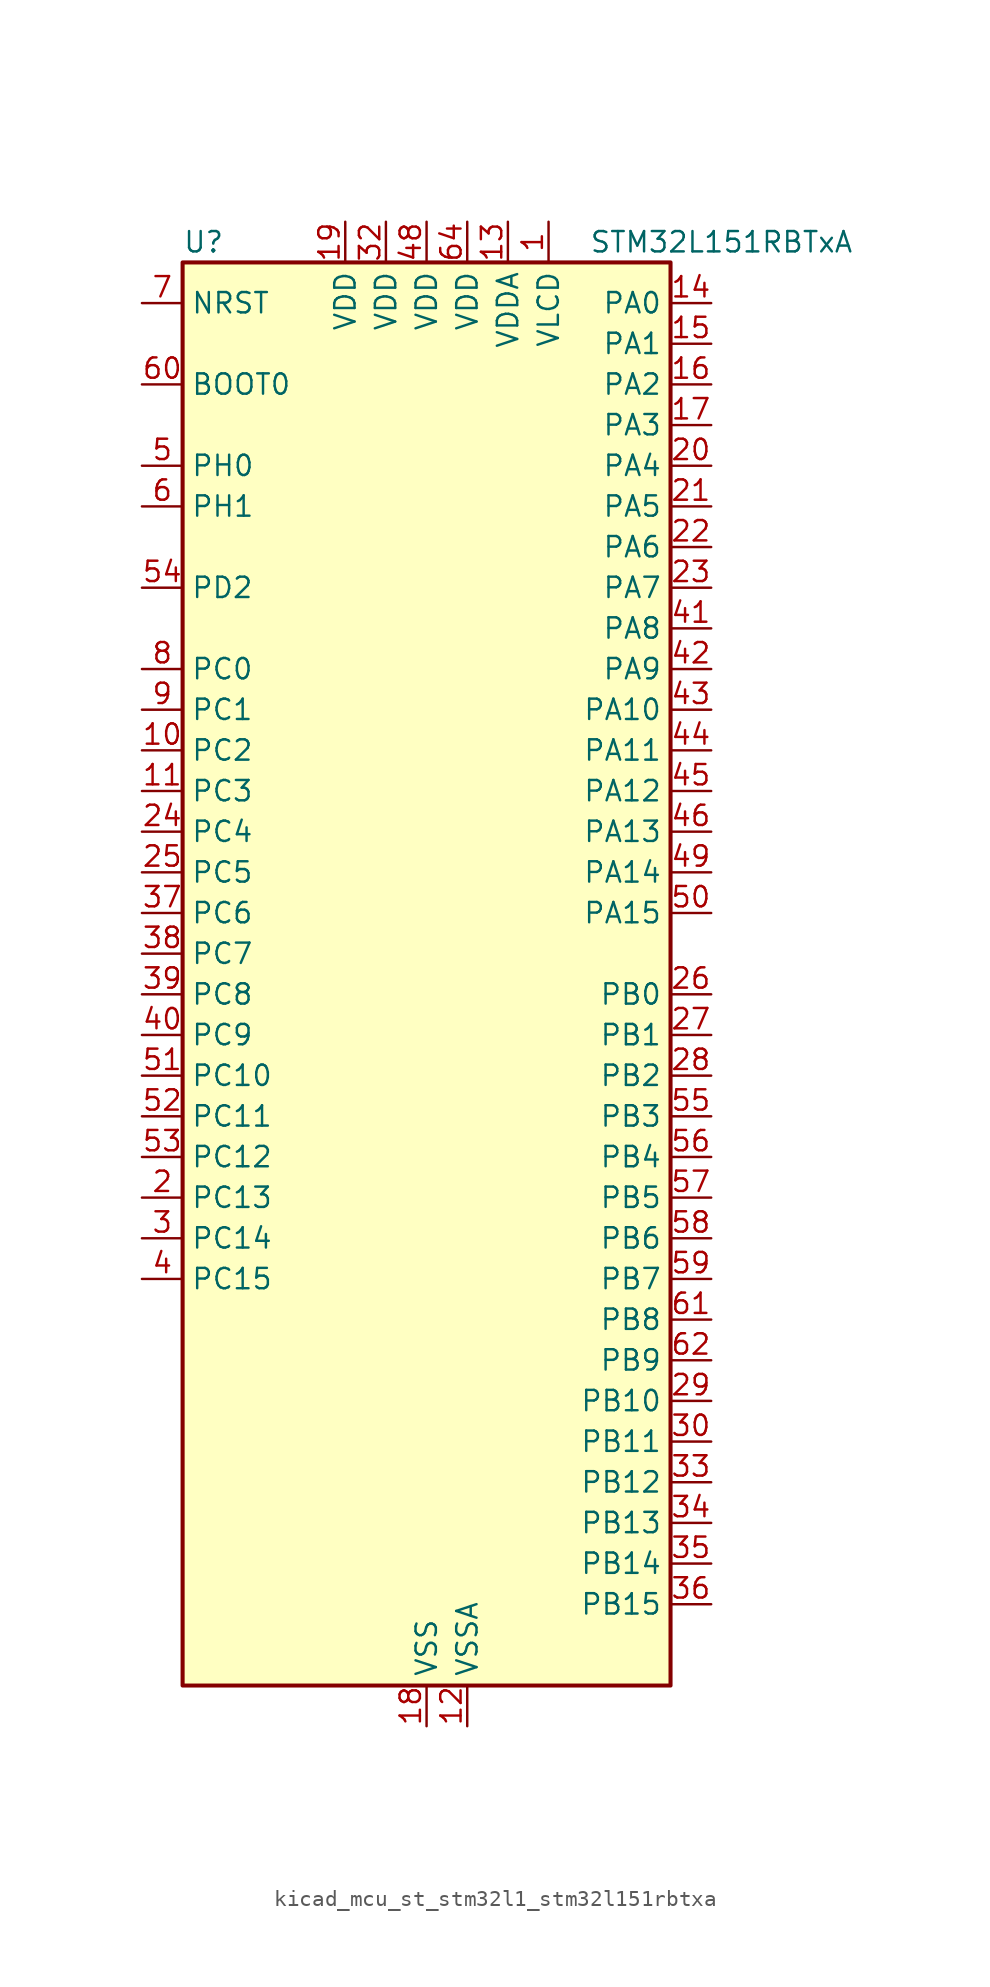
<source format=kicad_sym>
(kicad_symbol_lib
  (version 20220914)
  (generator kicad_symbol_editor)
  (symbol "kicad_mcu_st_stm32l1_stm32l151rbtxa"
    (property "Reference" "U"
      (at -15.24 46.99 0)
      (effects (font (size 1.27 1.27)) (justify left)))
    (property "Value" "STM32L151RBTxA"
      (at 10.16 46.99 0)
      (effects (font (size 1.27 1.27)) (justify left)))
    (property "ki_locked" ""
      (at 0 0 0)
      (effects (font (size 1.27 1.27))))
    (symbol "kicad_mcu_st_stm32l1_stm32l151rbtxa_0_1"
      (rectangle (start -15.24 -43.18) (end 15.24 45.72) (stroke (width 0.254) (type default)) (fill (type background))))
    (symbol "kicad_mcu_st_stm32l1_stm32l151rbtxa_1_1"
      (pin power_in line (at 7.62 48.26 270) (length 2.54) (name "VLCD" (effects (font (size 1.27 1.27)))) (number "1" (effects (font (size 1.27 1.27)))))
      (pin bidirectional line (at -17.78 15.24 0) (length 2.54) (name "PC2" (effects (font (size 1.27 1.27)))) (number "10" (effects (font (size 1.27 1.27)))) (alternate "ADC_IN12" bidirectional line) (alternate "COMP1_INP" bidirectional line) (alternate "TIMX_IC3" bidirectional line) (alternate "TS_G8_IO3" bidirectional line))
      (pin bidirectional line (at -17.78 12.7 0) (length 2.54) (name "PC3" (effects (font (size 1.27 1.27)))) (number "11" (effects (font (size 1.27 1.27)))) (alternate "ADC_IN13" bidirectional line) (alternate "COMP1_INP" bidirectional line) (alternate "TIMX_IC4" bidirectional line) (alternate "TS_G8_IO4" bidirectional line))
      (pin power_in line (at 2.54 -45.72 90) (length 2.54) (name "VSSA" (effects (font (size 1.27 1.27)))) (number "12" (effects (font (size 1.27 1.27)))))
      (pin power_in line (at 5.08 48.26 270) (length 2.54) (name "VDDA" (effects (font (size 1.27 1.27)))) (number "13" (effects (font (size 1.27 1.27)))))
      (pin bidirectional line (at 17.78 43.18 180) (length 2.54) (name "PA0" (effects (font (size 1.27 1.27)))) (number "14" (effects (font (size 1.27 1.27)))) (alternate "ADC_IN0" bidirectional line) (alternate "COMP1_INP" bidirectional line) (alternate "RTC_TAMP2" bidirectional line) (alternate "SYS_WKUP1" bidirectional line) (alternate "TIM2_CH1" bidirectional line) (alternate "TIM2_ETR" bidirectional line) (alternate "TIMX_IC1" bidirectional line) (alternate "TS_G1_IO1" bidirectional line) (alternate "USART2_CTS" bidirectional line))
      (pin bidirectional line (at 17.78 40.64 180) (length 2.54) (name "PA1" (effects (font (size 1.27 1.27)))) (number "15" (effects (font (size 1.27 1.27)))) (alternate "ADC_IN1" bidirectional line) (alternate "COMP1_INP" bidirectional line) (alternate "TIM2_CH2" bidirectional line) (alternate "TIMX_IC2" bidirectional line) (alternate "TS_G1_IO2" bidirectional line) (alternate "USART2_RTS" bidirectional line))
      (pin bidirectional line (at 17.78 38.1 180) (length 2.54) (name "PA2" (effects (font (size 1.27 1.27)))) (number "16" (effects (font (size 1.27 1.27)))) (alternate "ADC_IN2" bidirectional line) (alternate "COMP1_INP" bidirectional line) (alternate "TIM2_CH3" bidirectional line) (alternate "TIM9_CH1" bidirectional line) (alternate "TIMX_IC3" bidirectional line) (alternate "TS_G1_IO3" bidirectional line) (alternate "USART2_TX" bidirectional line))
      (pin bidirectional line (at 17.78 35.56 180) (length 2.54) (name "PA3" (effects (font (size 1.27 1.27)))) (number "17" (effects (font (size 1.27 1.27)))) (alternate "ADC_IN3" bidirectional line) (alternate "COMP1_INP" bidirectional line) (alternate "TIM2_CH4" bidirectional line) (alternate "TIM9_CH2" bidirectional line) (alternate "TIMX_IC4" bidirectional line) (alternate "TS_G1_IO4" bidirectional line) (alternate "USART2_RX" bidirectional line))
      (pin power_in line (at 0 -45.72 90) (length 2.54) (name "VSS" (effects (font (size 1.27 1.27)))) (number "18" (effects (font (size 1.27 1.27)))))
      (pin power_in line (at -5.08 48.26 270) (length 2.54) (name "VDD" (effects (font (size 1.27 1.27)))) (number "19" (effects (font (size 1.27 1.27)))))
      (pin bidirectional line (at -17.78 -12.7 0) (length 2.54) (name "PC13" (effects (font (size 1.27 1.27)))) (number "2" (effects (font (size 1.27 1.27)))) (alternate "RTC_OUT_ALARM" bidirectional line) (alternate "RTC_OUT_CALIB" bidirectional line) (alternate "RTC_TAMP1" bidirectional line) (alternate "RTC_TS" bidirectional line) (alternate "SYS_WKUP2" bidirectional line) (alternate "TIMX_IC2" bidirectional line))
      (pin bidirectional line (at 17.78 33.02 180) (length 2.54) (name "PA4" (effects (font (size 1.27 1.27)))) (number "20" (effects (font (size 1.27 1.27)))) (alternate "ADC_IN4" bidirectional line) (alternate "COMP1_INP" bidirectional line) (alternate "DAC_OUT1" bidirectional line) (alternate "SPI1_NSS" bidirectional line) (alternate "TIMX_IC1" bidirectional line) (alternate "USART2_CK" bidirectional line))
      (pin bidirectional line (at 17.78 30.48 180) (length 2.54) (name "PA5" (effects (font (size 1.27 1.27)))) (number "21" (effects (font (size 1.27 1.27)))) (alternate "ADC_IN5" bidirectional line) (alternate "COMP1_INP" bidirectional line) (alternate "DAC_OUT2" bidirectional line) (alternate "SPI1_SCK" bidirectional line) (alternate "TIM2_CH1" bidirectional line) (alternate "TIM2_ETR" bidirectional line) (alternate "TIMX_IC2" bidirectional line))
      (pin bidirectional line (at 17.78 27.94 180) (length 2.54) (name "PA6" (effects (font (size 1.27 1.27)))) (number "22" (effects (font (size 1.27 1.27)))) (alternate "ADC_IN6" bidirectional line) (alternate "COMP1_INP" bidirectional line) (alternate "SPI1_MISO" bidirectional line) (alternate "TIM10_CH1" bidirectional line) (alternate "TIM3_CH1" bidirectional line) (alternate "TIMX_IC3" bidirectional line) (alternate "TS_G2_IO1" bidirectional line))
      (pin bidirectional line (at 17.78 25.4 180) (length 2.54) (name "PA7" (effects (font (size 1.27 1.27)))) (number "23" (effects (font (size 1.27 1.27)))) (alternate "ADC_IN7" bidirectional line) (alternate "COMP1_INP" bidirectional line) (alternate "SPI1_MOSI" bidirectional line) (alternate "TIM11_CH1" bidirectional line) (alternate "TIM3_CH2" bidirectional line) (alternate "TIMX_IC4" bidirectional line) (alternate "TS_G2_IO2" bidirectional line))
      (pin bidirectional line (at -17.78 10.16 0) (length 2.54) (name "PC4" (effects (font (size 1.27 1.27)))) (number "24" (effects (font (size 1.27 1.27)))) (alternate "ADC_IN14" bidirectional line) (alternate "COMP1_INP" bidirectional line) (alternate "TIMX_IC1" bidirectional line) (alternate "TS_G9_IO1" bidirectional line))
      (pin bidirectional line (at -17.78 7.62 0) (length 2.54) (name "PC5" (effects (font (size 1.27 1.27)))) (number "25" (effects (font (size 1.27 1.27)))) (alternate "ADC_IN15" bidirectional line) (alternate "COMP1_INP" bidirectional line) (alternate "TIMX_IC2" bidirectional line) (alternate "TS_G9_IO2" bidirectional line))
      (pin bidirectional line (at 17.78 0 180) (length 2.54) (name "PB0" (effects (font (size 1.27 1.27)))) (number "26" (effects (font (size 1.27 1.27)))) (alternate "ADC_IN8" bidirectional line) (alternate "COMP1_INP" bidirectional line) (alternate "SYS_V_REF_OUT" bidirectional line) (alternate "TIM3_CH3" bidirectional line) (alternate "TS_G3_IO1" bidirectional line))
      (pin bidirectional line (at 17.78 -2.54 180) (length 2.54) (name "PB1" (effects (font (size 1.27 1.27)))) (number "27" (effects (font (size 1.27 1.27)))) (alternate "ADC_IN9" bidirectional line) (alternate "COMP1_INP" bidirectional line) (alternate "SYS_V_REF_OUT" bidirectional line) (alternate "TIM3_CH4" bidirectional line) (alternate "TS_G3_IO2" bidirectional line))
      (pin bidirectional line (at 17.78 -5.08 180) (length 2.54) (name "PB2" (effects (font (size 1.27 1.27)))) (number "28" (effects (font (size 1.27 1.27)))) (alternate "TS_G3_IO3" bidirectional line))
      (pin bidirectional line (at 17.78 -25.4 180) (length 2.54) (name "PB10" (effects (font (size 1.27 1.27)))) (number "29" (effects (font (size 1.27 1.27)))) (alternate "I2C2_SCL" bidirectional line) (alternate "TIM2_CH3" bidirectional line) (alternate "USART3_TX" bidirectional line))
      (pin bidirectional line (at -17.78 -15.24 0) (length 2.54) (name "PC14" (effects (font (size 1.27 1.27)))) (number "3" (effects (font (size 1.27 1.27)))) (alternate "RCC_OSC32_IN" bidirectional line) (alternate "TIMX_IC3" bidirectional line))
      (pin bidirectional line (at 17.78 -27.94 180) (length 2.54) (name "PB11" (effects (font (size 1.27 1.27)))) (number "30" (effects (font (size 1.27 1.27)))) (alternate "ADC_EXTI11" bidirectional line) (alternate "I2C2_SDA" bidirectional line) (alternate "TIM2_CH4" bidirectional line) (alternate "USART3_RX" bidirectional line))
      (pin passive line (at 0 -45.72 90) (length 2.54) hide (name "VSS" (effects (font (size 1.27 1.27)))) (number "31" (effects (font (size 1.27 1.27)))))
      (pin power_in line (at -2.54 48.26 270) (length 2.54) (name "VDD" (effects (font (size 1.27 1.27)))) (number "32" (effects (font (size 1.27 1.27)))))
      (pin bidirectional line (at 17.78 -30.48 180) (length 2.54) (name "PB12" (effects (font (size 1.27 1.27)))) (number "33" (effects (font (size 1.27 1.27)))) (alternate "ADC_IN18" bidirectional line) (alternate "COMP1_INP" bidirectional line) (alternate "I2C2_SMBA" bidirectional line) (alternate "SPI2_NSS" bidirectional line) (alternate "TIM10_CH1" bidirectional line) (alternate "TS_G7_IO1" bidirectional line) (alternate "USART3_CK" bidirectional line))
      (pin bidirectional line (at 17.78 -33.02 180) (length 2.54) (name "PB13" (effects (font (size 1.27 1.27)))) (number "34" (effects (font (size 1.27 1.27)))) (alternate "ADC_IN19" bidirectional line) (alternate "COMP1_INP" bidirectional line) (alternate "SPI2_SCK" bidirectional line) (alternate "TIM9_CH1" bidirectional line) (alternate "TS_G7_IO2" bidirectional line) (alternate "USART3_CTS" bidirectional line))
      (pin bidirectional line (at 17.78 -35.56 180) (length 2.54) (name "PB14" (effects (font (size 1.27 1.27)))) (number "35" (effects (font (size 1.27 1.27)))) (alternate "ADC_IN20" bidirectional line) (alternate "COMP1_INP" bidirectional line) (alternate "SPI2_MISO" bidirectional line) (alternate "TIM9_CH2" bidirectional line) (alternate "TS_G7_IO3" bidirectional line) (alternate "USART3_RTS" bidirectional line))
      (pin bidirectional line (at 17.78 -38.1 180) (length 2.54) (name "PB15" (effects (font (size 1.27 1.27)))) (number "36" (effects (font (size 1.27 1.27)))) (alternate "ADC_EXTI15" bidirectional line) (alternate "ADC_IN21" bidirectional line) (alternate "COMP1_INP" bidirectional line) (alternate "RTC_REFIN" bidirectional line) (alternate "SPI2_MOSI" bidirectional line) (alternate "TIM11_CH1" bidirectional line) (alternate "TS_G7_IO4" bidirectional line))
      (pin bidirectional line (at -17.78 5.08 0) (length 2.54) (name "PC6" (effects (font (size 1.27 1.27)))) (number "37" (effects (font (size 1.27 1.27)))) (alternate "TIM3_CH1" bidirectional line) (alternate "TIMX_IC3" bidirectional line) (alternate "TS_G10_IO1" bidirectional line))
      (pin bidirectional line (at -17.78 2.54 0) (length 2.54) (name "PC7" (effects (font (size 1.27 1.27)))) (number "38" (effects (font (size 1.27 1.27)))) (alternate "TIM3_CH2" bidirectional line) (alternate "TIMX_IC4" bidirectional line) (alternate "TS_G10_IO2" bidirectional line))
      (pin bidirectional line (at -17.78 0 0) (length 2.54) (name "PC8" (effects (font (size 1.27 1.27)))) (number "39" (effects (font (size 1.27 1.27)))) (alternate "TIM3_CH3" bidirectional line) (alternate "TIMX_IC1" bidirectional line) (alternate "TS_G10_IO3" bidirectional line))
      (pin bidirectional line (at -17.78 -17.78 0) (length 2.54) (name "PC15" (effects (font (size 1.27 1.27)))) (number "4" (effects (font (size 1.27 1.27)))) (alternate "ADC_EXTI15" bidirectional line) (alternate "RCC_OSC32_OUT" bidirectional line) (alternate "TIMX_IC4" bidirectional line))
      (pin bidirectional line (at -17.78 -2.54 0) (length 2.54) (name "PC9" (effects (font (size 1.27 1.27)))) (number "40" (effects (font (size 1.27 1.27)))) (alternate "DAC_EXTI9" bidirectional line) (alternate "TIM3_CH4" bidirectional line) (alternate "TIMX_IC2" bidirectional line) (alternate "TS_G10_IO4" bidirectional line))
      (pin bidirectional line (at 17.78 22.86 180) (length 2.54) (name "PA8" (effects (font (size 1.27 1.27)))) (number "41" (effects (font (size 1.27 1.27)))) (alternate "RCC_MCO" bidirectional line) (alternate "TIMX_IC1" bidirectional line) (alternate "TS_G4_IO1" bidirectional line) (alternate "USART1_CK" bidirectional line))
      (pin bidirectional line (at 17.78 20.32 180) (length 2.54) (name "PA9" (effects (font (size 1.27 1.27)))) (number "42" (effects (font (size 1.27 1.27)))) (alternate "DAC_EXTI9" bidirectional line) (alternate "TIMX_IC2" bidirectional line) (alternate "TS_G4_IO2" bidirectional line) (alternate "USART1_TX" bidirectional line))
      (pin bidirectional line (at 17.78 17.78 180) (length 2.54) (name "PA10" (effects (font (size 1.27 1.27)))) (number "43" (effects (font (size 1.27 1.27)))) (alternate "TIMX_IC3" bidirectional line) (alternate "TS_G4_IO3" bidirectional line) (alternate "USART1_RX" bidirectional line))
      (pin bidirectional line (at 17.78 15.24 180) (length 2.54) (name "PA11" (effects (font (size 1.27 1.27)))) (number "44" (effects (font (size 1.27 1.27)))) (alternate "ADC_EXTI11" bidirectional line) (alternate "SPI1_MISO" bidirectional line) (alternate "TIMX_IC4" bidirectional line) (alternate "USART1_CTS" bidirectional line) (alternate "USB_DM" bidirectional line))
      (pin bidirectional line (at 17.78 12.7 180) (length 2.54) (name "PA12" (effects (font (size 1.27 1.27)))) (number "45" (effects (font (size 1.27 1.27)))) (alternate "SPI1_MOSI" bidirectional line) (alternate "TIMX_IC1" bidirectional line) (alternate "USART1_RTS" bidirectional line) (alternate "USB_DP" bidirectional line))
      (pin bidirectional line (at 17.78 10.16 180) (length 2.54) (name "PA13" (effects (font (size 1.27 1.27)))) (number "46" (effects (font (size 1.27 1.27)))) (alternate "SYS_JTMS-SWDIO" bidirectional line) (alternate "TIMX_IC2" bidirectional line) (alternate "TS_G5_IO1" bidirectional line))
      (pin passive line (at 0 -45.72 90) (length 2.54) hide (name "VSS" (effects (font (size 1.27 1.27)))) (number "47" (effects (font (size 1.27 1.27)))))
      (pin power_in line (at 0 48.26 270) (length 2.54) (name "VDD" (effects (font (size 1.27 1.27)))) (number "48" (effects (font (size 1.27 1.27)))))
      (pin bidirectional line (at 17.78 7.62 180) (length 2.54) (name "PA14" (effects (font (size 1.27 1.27)))) (number "49" (effects (font (size 1.27 1.27)))) (alternate "SYS_JTCK-SWCLK" bidirectional line) (alternate "TIMX_IC3" bidirectional line) (alternate "TS_G5_IO2" bidirectional line))
      (pin bidirectional line (at -17.78 33.02 0) (length 2.54) (name "PH0" (effects (font (size 1.27 1.27)))) (number "5" (effects (font (size 1.27 1.27)))) (alternate "RCC_OSC_IN" bidirectional line))
      (pin bidirectional line (at 17.78 5.08 180) (length 2.54) (name "PA15" (effects (font (size 1.27 1.27)))) (number "50" (effects (font (size 1.27 1.27)))) (alternate "ADC_EXTI15" bidirectional line) (alternate "SPI1_NSS" bidirectional line) (alternate "SYS_JTDI" bidirectional line) (alternate "TIM2_CH1" bidirectional line) (alternate "TIM2_ETR" bidirectional line) (alternate "TIMX_IC4" bidirectional line) (alternate "TS_G5_IO3" bidirectional line))
      (pin bidirectional line (at -17.78 -5.08 0) (length 2.54) (name "PC10" (effects (font (size 1.27 1.27)))) (number "51" (effects (font (size 1.27 1.27)))) (alternate "TIMX_IC3" bidirectional line) (alternate "USART3_TX" bidirectional line))
      (pin bidirectional line (at -17.78 -7.62 0) (length 2.54) (name "PC11" (effects (font (size 1.27 1.27)))) (number "52" (effects (font (size 1.27 1.27)))) (alternate "ADC_EXTI11" bidirectional line) (alternate "TIMX_IC4" bidirectional line) (alternate "USART3_RX" bidirectional line))
      (pin bidirectional line (at -17.78 -10.16 0) (length 2.54) (name "PC12" (effects (font (size 1.27 1.27)))) (number "53" (effects (font (size 1.27 1.27)))) (alternate "TIMX_IC1" bidirectional line) (alternate "USART3_CK" bidirectional line))
      (pin bidirectional line (at -17.78 25.4 0) (length 2.54) (name "PD2" (effects (font (size 1.27 1.27)))) (number "54" (effects (font (size 1.27 1.27)))) (alternate "TIM3_ETR" bidirectional line) (alternate "TIMX_IC3" bidirectional line))
      (pin bidirectional line (at 17.78 -7.62 180) (length 2.54) (name "PB3" (effects (font (size 1.27 1.27)))) (number "55" (effects (font (size 1.27 1.27)))) (alternate "COMP2_INM" bidirectional line) (alternate "SPI1_SCK" bidirectional line) (alternate "SYS_JTDO-TRACESWO" bidirectional line) (alternate "TIM2_CH2" bidirectional line))
      (pin bidirectional line (at 17.78 -10.16 180) (length 2.54) (name "PB4" (effects (font (size 1.27 1.27)))) (number "56" (effects (font (size 1.27 1.27)))) (alternate "COMP2_INP" bidirectional line) (alternate "SPI1_MISO" bidirectional line) (alternate "SYS_JTRST" bidirectional line) (alternate "TIM3_CH1" bidirectional line) (alternate "TS_G6_IO1" bidirectional line))
      (pin bidirectional line (at 17.78 -12.7 180) (length 2.54) (name "PB5" (effects (font (size 1.27 1.27)))) (number "57" (effects (font (size 1.27 1.27)))) (alternate "COMP2_INP" bidirectional line) (alternate "I2C1_SMBA" bidirectional line) (alternate "SPI1_MOSI" bidirectional line) (alternate "TIM3_CH2" bidirectional line) (alternate "TS_G6_IO2" bidirectional line))
      (pin bidirectional line (at 17.78 -15.24 180) (length 2.54) (name "PB6" (effects (font (size 1.27 1.27)))) (number "58" (effects (font (size 1.27 1.27)))) (alternate "I2C1_SCL" bidirectional line) (alternate "TIM4_CH1" bidirectional line) (alternate "TS_G6_IO3" bidirectional line) (alternate "USART1_TX" bidirectional line))
      (pin bidirectional line (at 17.78 -17.78 180) (length 2.54) (name "PB7" (effects (font (size 1.27 1.27)))) (number "59" (effects (font (size 1.27 1.27)))) (alternate "I2C1_SDA" bidirectional line) (alternate "SYS_PVD_IN" bidirectional line) (alternate "TIM4_CH2" bidirectional line) (alternate "TS_G6_IO4" bidirectional line) (alternate "USART1_RX" bidirectional line))
      (pin bidirectional line (at -17.78 30.48 0) (length 2.54) (name "PH1" (effects (font (size 1.27 1.27)))) (number "6" (effects (font (size 1.27 1.27)))) (alternate "RCC_OSC_OUT" bidirectional line))
      (pin input line (at -17.78 38.1 0) (length 2.54) (name "BOOT0" (effects (font (size 1.27 1.27)))) (number "60" (effects (font (size 1.27 1.27)))))
      (pin bidirectional line (at 17.78 -20.32 180) (length 2.54) (name "PB8" (effects (font (size 1.27 1.27)))) (number "61" (effects (font (size 1.27 1.27)))) (alternate "I2C1_SCL" bidirectional line) (alternate "TIM10_CH1" bidirectional line) (alternate "TIM4_CH3" bidirectional line))
      (pin bidirectional line (at 17.78 -22.86 180) (length 2.54) (name "PB9" (effects (font (size 1.27 1.27)))) (number "62" (effects (font (size 1.27 1.27)))) (alternate "DAC_EXTI9" bidirectional line) (alternate "I2C1_SDA" bidirectional line) (alternate "TIM11_CH1" bidirectional line) (alternate "TIM4_CH4" bidirectional line))
      (pin passive line (at 0 -45.72 90) (length 2.54) hide (name "VSS" (effects (font (size 1.27 1.27)))) (number "63" (effects (font (size 1.27 1.27)))))
      (pin power_in line (at 2.54 48.26 270) (length 2.54) (name "VDD" (effects (font (size 1.27 1.27)))) (number "64" (effects (font (size 1.27 1.27)))))
      (pin input line (at -17.78 43.18 0) (length 2.54) (name "NRST" (effects (font (size 1.27 1.27)))) (number "7" (effects (font (size 1.27 1.27)))))
      (pin bidirectional line (at -17.78 20.32 0) (length 2.54) (name "PC0" (effects (font (size 1.27 1.27)))) (number "8" (effects (font (size 1.27 1.27)))) (alternate "ADC_IN10" bidirectional line) (alternate "COMP1_INP" bidirectional line) (alternate "TIMX_IC1" bidirectional line) (alternate "TS_G8_IO1" bidirectional line))
      (pin bidirectional line (at -17.78 17.78 0) (length 2.54) (name "PC1" (effects (font (size 1.27 1.27)))) (number "9" (effects (font (size 1.27 1.27)))) (alternate "ADC_IN11" bidirectional line) (alternate "COMP1_INP" bidirectional line) (alternate "TIMX_IC2" bidirectional line) (alternate "TS_G8_IO2" bidirectional line)))))
</source>
